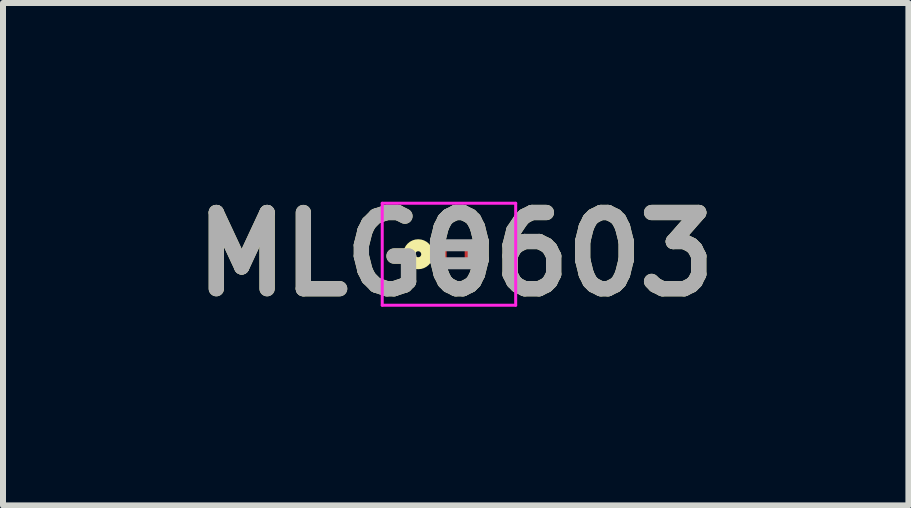
<source format=kicad_pcb>
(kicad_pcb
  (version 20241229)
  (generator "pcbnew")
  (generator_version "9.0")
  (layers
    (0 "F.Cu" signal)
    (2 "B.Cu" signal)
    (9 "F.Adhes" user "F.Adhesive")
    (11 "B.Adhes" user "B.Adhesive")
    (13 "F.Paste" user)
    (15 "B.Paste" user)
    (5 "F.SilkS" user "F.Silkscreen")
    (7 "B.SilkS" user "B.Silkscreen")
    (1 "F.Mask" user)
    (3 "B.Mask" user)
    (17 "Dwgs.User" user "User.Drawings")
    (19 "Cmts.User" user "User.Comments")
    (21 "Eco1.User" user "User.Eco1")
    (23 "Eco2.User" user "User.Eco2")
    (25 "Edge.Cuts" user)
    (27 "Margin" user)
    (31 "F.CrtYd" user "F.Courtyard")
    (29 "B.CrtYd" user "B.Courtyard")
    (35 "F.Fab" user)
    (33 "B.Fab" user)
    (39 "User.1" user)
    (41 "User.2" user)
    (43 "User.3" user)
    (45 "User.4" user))
  (footprint "MLG0603"
    (layer "F.Cu")
    (at 4.548 1.189)
    (property "Reference" "MLG0603" (at 0 0 0) (layer "F.SilkS") (effects (font (size 1.27 1.27) (thickness 0.254))))
    (attr smd)
    (fp_circle (center -0.625 0) (end -0.625 0.05) (stroke (width 0.2) (type solid)) (fill no) (layer "F.SilkS"))
    (fp_line (start -1.225 -0.85) (end 1 -0.85) (stroke (width 0.05) (type solid)) (layer "F.CrtYd"))
    (fp_line (start -1.225 0.85) (end -1.225 -0.85) (stroke (width 0.05) (type solid)) (layer "F.CrtYd"))
    (fp_line (start 1 -0.85) (end 1 0.85) (stroke (width 0.05) (type solid)) (layer "F.CrtYd"))
    (fp_line (start 1 0.85) (end -1.225 0.85) (stroke (width 0.05) (type solid)) (layer "F.CrtYd"))
    (fp_line (start -0.3 -0.15) (end 0.3 -0.15) (stroke (width 0.2) (type solid)) (layer "F.Fab"))
    (fp_line (start -0.3 0.15) (end -0.3 -0.15) (stroke (width 0.2) (type solid)) (layer "F.Fab"))
    (fp_line (start 0.3 -0.15) (end 0.3 0.15) (stroke (width 0.2) (type solid)) (layer "F.Fab"))
    (fp_line (start 0.3 0.15) (end -0.3 0.15) (stroke (width 0.2) (type solid)) (layer "F.Fab"))
    (fp_text user "${REFERENCE}" (at 0 0 0) (layer "F.Fab") (effects (font (size 1.27 1.27) (thickness 0.254))))
    (pad "1" smd rect (at -0.275 0) (size 0.25 0.3) (layers "F.Cu" "F.Mask" "F.Paste"))
    (pad "2" smd rect (at 0.275 0) (size 0.25 0.3) (layers "F.Cu" "F.Mask" "F.Paste")))
  (gr_rect
    (start -3 -3)
    (end 12.096 5.377)
    (stroke (width 0.1) (type default))
    (fill no)
    (layer "Edge.Cuts")))
</source>
